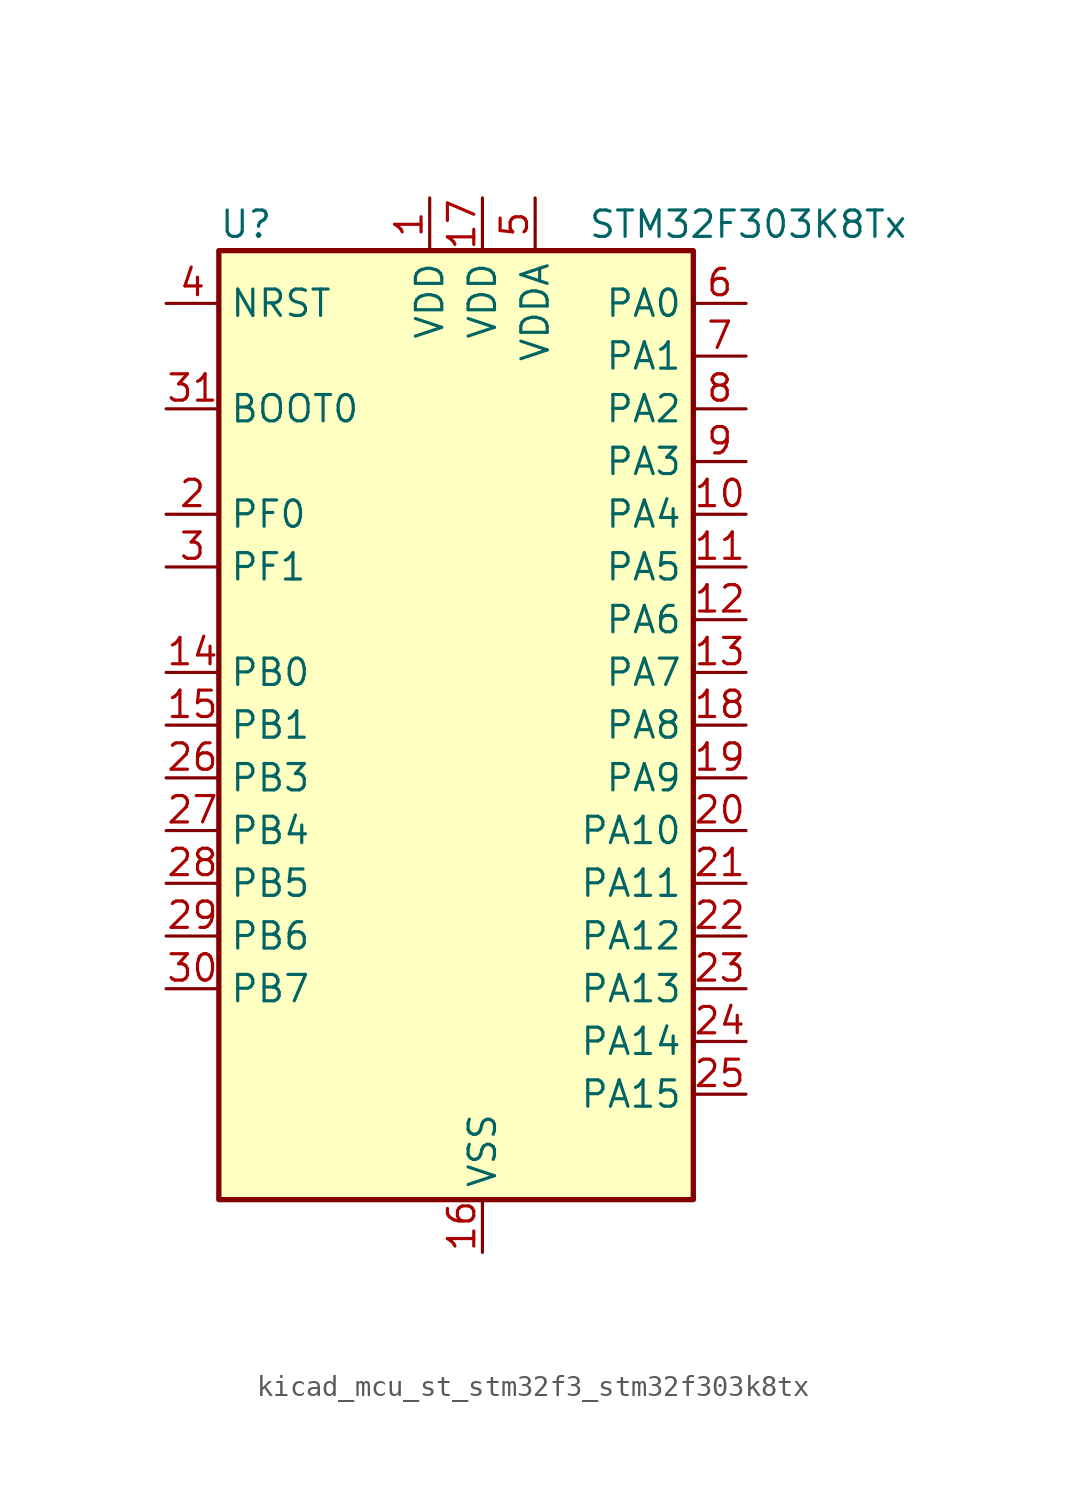
<source format=kicad_sym>
(kicad_symbol_lib
  (version 20220914)
  (generator kicad_symbol_editor)
  (symbol "kicad_mcu_st_stm32f3_stm32f303k8tx"
    (property "Reference" "U"
      (at -10.16 24.13 0)
      (effects (font (size 1.27 1.27)) (justify left)))
    (property "Value" "STM32F303K8Tx"
      (at 7.62 24.13 0)
      (effects (font (size 1.27 1.27)) (justify left)))
    (property "ki_locked" ""
      (at 0 0 0)
      (effects (font (size 1.27 1.27))))
    (symbol "kicad_mcu_st_stm32f3_stm32f303k8tx_0_1"
      (rectangle (start -10.16 -22.86) (end 12.7 22.86) (stroke (width 0.254) (type default)) (fill (type background))))
    (symbol "kicad_mcu_st_stm32f3_stm32f303k8tx_1_1"
      (pin power_in line (at 0 25.4 270) (length 2.54) (name "VDD" (effects (font (size 1.27 1.27)))) (number "1" (effects (font (size 1.27 1.27)))))
      (pin bidirectional line (at 15.24 10.16 180) (length 2.54) (name "PA4" (effects (font (size 1.27 1.27)))) (number "10" (effects (font (size 1.27 1.27)))) (alternate "ADC2_IN1" bidirectional line) (alternate "COMP2_INM" bidirectional line) (alternate "COMP4_INM" bidirectional line) (alternate "DAC1_OUT1" bidirectional line) (alternate "SPI1_NSS" bidirectional line) (alternate "TIM3_CH2" bidirectional line) (alternate "TSC_G2_IO1" bidirectional line) (alternate "USART2_CK" bidirectional line))
      (pin bidirectional line (at 15.24 7.62 180) (length 2.54) (name "PA5" (effects (font (size 1.27 1.27)))) (number "11" (effects (font (size 1.27 1.27)))) (alternate "ADC2_IN2" bidirectional line) (alternate "DAC1_OUT2" bidirectional line) (alternate "OPAMP2_VINM" bidirectional line) (alternate "OPAMP2_VINM_SEC" bidirectional line) (alternate "SPI1_SCK" bidirectional line) (alternate "TIM2_CH1" bidirectional line) (alternate "TIM2_ETR" bidirectional line) (alternate "TSC_G2_IO2" bidirectional line))
      (pin bidirectional line (at 15.24 5.08 180) (length 2.54) (name "PA6" (effects (font (size 1.27 1.27)))) (number "12" (effects (font (size 1.27 1.27)))) (alternate "ADC2_IN3" bidirectional line) (alternate "DAC2_OUT1" bidirectional line) (alternate "OPAMP2_VOUT" bidirectional line) (alternate "SPI1_MISO" bidirectional line) (alternate "TIM16_CH1" bidirectional line) (alternate "TIM1_BKIN" bidirectional line) (alternate "TIM3_CH1" bidirectional line) (alternate "TSC_G2_IO3" bidirectional line))
      (pin bidirectional line (at 15.24 2.54 180) (length 2.54) (name "PA7" (effects (font (size 1.27 1.27)))) (number "13" (effects (font (size 1.27 1.27)))) (alternate "ADC2_IN4" bidirectional line) (alternate "COMP2_INP" bidirectional line) (alternate "OPAMP2_VINP" bidirectional line) (alternate "OPAMP2_VINP_SEC" bidirectional line) (alternate "SPI1_MOSI" bidirectional line) (alternate "TIM17_CH1" bidirectional line) (alternate "TIM1_CH1N" bidirectional line) (alternate "TIM3_CH2" bidirectional line) (alternate "TSC_G2_IO4" bidirectional line))
      (pin bidirectional line (at -12.7 2.54 0) (length 2.54) (name "PB0" (effects (font (size 1.27 1.27)))) (number "14" (effects (font (size 1.27 1.27)))) (alternate "ADC1_IN11" bidirectional line) (alternate "COMP4_INP" bidirectional line) (alternate "OPAMP2_VINP" bidirectional line) (alternate "OPAMP2_VINP_SEC" bidirectional line) (alternate "TIM1_CH2N" bidirectional line) (alternate "TIM3_CH3" bidirectional line) (alternate "TSC_G3_IO2" bidirectional line))
      (pin bidirectional line (at -12.7 0 0) (length 2.54) (name "PB1" (effects (font (size 1.27 1.27)))) (number "15" (effects (font (size 1.27 1.27)))) (alternate "ADC1_IN12" bidirectional line) (alternate "COMP4_OUT" bidirectional line) (alternate "TIM1_CH3N" bidirectional line) (alternate "TIM3_CH4" bidirectional line) (alternate "TSC_G3_IO3" bidirectional line))
      (pin power_in line (at 2.54 -25.4 90) (length 2.54) (name "VSS" (effects (font (size 1.27 1.27)))) (number "16" (effects (font (size 1.27 1.27)))))
      (pin power_in line (at 2.54 25.4 270) (length 2.54) (name "VDD" (effects (font (size 1.27 1.27)))) (number "17" (effects (font (size 1.27 1.27)))))
      (pin bidirectional line (at 15.24 0 180) (length 2.54) (name "PA8" (effects (font (size 1.27 1.27)))) (number "18" (effects (font (size 1.27 1.27)))) (alternate "RCC_MCO" bidirectional line) (alternate "TIM1_CH1" bidirectional line) (alternate "USART1_CK" bidirectional line))
      (pin bidirectional line (at 15.24 -2.54 180) (length 2.54) (name "PA9" (effects (font (size 1.27 1.27)))) (number "19" (effects (font (size 1.27 1.27)))) (alternate "DAC1_EXTI9" bidirectional line) (alternate "DAC2_EXTI9" bidirectional line) (alternate "TIM15_BKIN" bidirectional line) (alternate "TIM1_CH2" bidirectional line) (alternate "TIM2_CH3" bidirectional line) (alternate "TSC_G4_IO1" bidirectional line) (alternate "USART1_TX" bidirectional line))
      (pin bidirectional line (at -12.7 10.16 0) (length 2.54) (name "PF0" (effects (font (size 1.27 1.27)))) (number "2" (effects (font (size 1.27 1.27)))) (alternate "RCC_OSC_IN" bidirectional line) (alternate "TIM1_CH3N" bidirectional line))
      (pin bidirectional line (at 15.24 -5.08 180) (length 2.54) (name "PA10" (effects (font (size 1.27 1.27)))) (number "20" (effects (font (size 1.27 1.27)))) (alternate "TIM17_BKIN" bidirectional line) (alternate "TIM1_CH3" bidirectional line) (alternate "TIM2_CH4" bidirectional line) (alternate "TSC_G4_IO2" bidirectional line) (alternate "USART1_RX" bidirectional line))
      (pin bidirectional line (at 15.24 -7.62 180) (length 2.54) (name "PA11" (effects (font (size 1.27 1.27)))) (number "21" (effects (font (size 1.27 1.27)))) (alternate "CAN_RX" bidirectional line) (alternate "TIM1_BKIN2" bidirectional line) (alternate "TIM1_CH1N" bidirectional line) (alternate "TIM1_CH4" bidirectional line) (alternate "USART1_CTS" bidirectional line))
      (pin bidirectional line (at 15.24 -10.16 180) (length 2.54) (name "PA12" (effects (font (size 1.27 1.27)))) (number "22" (effects (font (size 1.27 1.27)))) (alternate "CAN_TX" bidirectional line) (alternate "COMP2_OUT" bidirectional line) (alternate "TIM16_CH1" bidirectional line) (alternate "TIM1_CH2N" bidirectional line) (alternate "TIM1_ETR" bidirectional line) (alternate "USART1_DE" bidirectional line) (alternate "USART1_RTS" bidirectional line))
      (pin bidirectional line (at 15.24 -12.7 180) (length 2.54) (name "PA13" (effects (font (size 1.27 1.27)))) (number "23" (effects (font (size 1.27 1.27)))) (alternate "IR_OUT" bidirectional line) (alternate "SYS_JTMS-SWDIO" bidirectional line) (alternate "TIM16_CH1N" bidirectional line) (alternate "TSC_G4_IO3" bidirectional line))
      (pin bidirectional line (at 15.24 -15.24 180) (length 2.54) (name "PA14" (effects (font (size 1.27 1.27)))) (number "24" (effects (font (size 1.27 1.27)))) (alternate "I2C1_SDA" bidirectional line) (alternate "SYS_JTCK-SWCLK" bidirectional line) (alternate "TIM1_BKIN" bidirectional line) (alternate "TSC_G4_IO4" bidirectional line) (alternate "USART2_TX" bidirectional line))
      (pin bidirectional line (at 15.24 -17.78 180) (length 2.54) (name "PA15" (effects (font (size 1.27 1.27)))) (number "25" (effects (font (size 1.27 1.27)))) (alternate "I2C1_SCL" bidirectional line) (alternate "SPI1_NSS" bidirectional line) (alternate "SYS_JTDI" bidirectional line) (alternate "TIM1_BKIN" bidirectional line) (alternate "TIM2_CH1" bidirectional line) (alternate "TIM2_ETR" bidirectional line) (alternate "TSC_SYNC" bidirectional line) (alternate "USART2_RX" bidirectional line))
      (pin bidirectional line (at -12.7 -2.54 0) (length 2.54) (name "PB3" (effects (font (size 1.27 1.27)))) (number "26" (effects (font (size 1.27 1.27)))) (alternate "SPI1_SCK" bidirectional line) (alternate "SYS_JTDO-TRACESWO" bidirectional line) (alternate "TIM2_CH2" bidirectional line) (alternate "TIM3_ETR" bidirectional line) (alternate "TSC_G5_IO1" bidirectional line) (alternate "USART2_TX" bidirectional line))
      (pin bidirectional line (at -12.7 -5.08 0) (length 2.54) (name "PB4" (effects (font (size 1.27 1.27)))) (number "27" (effects (font (size 1.27 1.27)))) (alternate "SPI1_MISO" bidirectional line) (alternate "SYS_NJTRST" bidirectional line) (alternate "TIM16_CH1" bidirectional line) (alternate "TIM17_BKIN" bidirectional line) (alternate "TIM3_CH1" bidirectional line) (alternate "TSC_G5_IO2" bidirectional line) (alternate "USART2_RX" bidirectional line))
      (pin bidirectional line (at -12.7 -7.62 0) (length 2.54) (name "PB5" (effects (font (size 1.27 1.27)))) (number "28" (effects (font (size 1.27 1.27)))) (alternate "I2C1_SMBA" bidirectional line) (alternate "SPI1_MOSI" bidirectional line) (alternate "TIM16_BKIN" bidirectional line) (alternate "TIM17_CH1" bidirectional line) (alternate "TIM3_CH2" bidirectional line) (alternate "USART2_CK" bidirectional line))
      (pin bidirectional line (at -12.7 -10.16 0) (length 2.54) (name "PB6" (effects (font (size 1.27 1.27)))) (number "29" (effects (font (size 1.27 1.27)))) (alternate "I2C1_SCL" bidirectional line) (alternate "TIM16_CH1N" bidirectional line) (alternate "TSC_G5_IO3" bidirectional line) (alternate "USART1_TX" bidirectional line))
      (pin bidirectional line (at -12.7 7.62 0) (length 2.54) (name "PF1" (effects (font (size 1.27 1.27)))) (number "3" (effects (font (size 1.27 1.27)))) (alternate "RCC_OSC_OUT" bidirectional line))
      (pin bidirectional line (at -12.7 -12.7 0) (length 2.54) (name "PB7" (effects (font (size 1.27 1.27)))) (number "30" (effects (font (size 1.27 1.27)))) (alternate "I2C1_SDA" bidirectional line) (alternate "TIM17_CH1N" bidirectional line) (alternate "TIM3_CH4" bidirectional line) (alternate "TSC_G5_IO4" bidirectional line) (alternate "USART1_RX" bidirectional line))
      (pin input line (at -12.7 15.24 0) (length 2.54) (name "BOOT0" (effects (font (size 1.27 1.27)))) (number "31" (effects (font (size 1.27 1.27)))))
      (pin passive line (at 2.54 -25.4 90) (length 2.54) hide (name "VSS" (effects (font (size 1.27 1.27)))) (number "32" (effects (font (size 1.27 1.27)))))
      (pin input line (at -12.7 20.32 0) (length 2.54) (name "NRST" (effects (font (size 1.27 1.27)))) (number "4" (effects (font (size 1.27 1.27)))))
      (pin power_in line (at 5.08 25.4 270) (length 2.54) (name "VDDA" (effects (font (size 1.27 1.27)))) (number "5" (effects (font (size 1.27 1.27)))))
      (pin bidirectional line (at 15.24 20.32 180) (length 2.54) (name "PA0" (effects (font (size 1.27 1.27)))) (number "6" (effects (font (size 1.27 1.27)))) (alternate "ADC1_IN1" bidirectional line) (alternate "RTC_TAMP2" bidirectional line) (alternate "SYS_WKUP1" bidirectional line) (alternate "TIM2_CH1" bidirectional line) (alternate "TIM2_ETR" bidirectional line) (alternate "TSC_G1_IO1" bidirectional line) (alternate "USART2_CTS" bidirectional line))
      (pin bidirectional line (at 15.24 17.78 180) (length 2.54) (name "PA1" (effects (font (size 1.27 1.27)))) (number "7" (effects (font (size 1.27 1.27)))) (alternate "ADC1_IN2" bidirectional line) (alternate "RTC_REFIN" bidirectional line) (alternate "TIM15_CH1N" bidirectional line) (alternate "TIM2_CH2" bidirectional line) (alternate "TSC_G1_IO2" bidirectional line) (alternate "USART2_DE" bidirectional line) (alternate "USART2_RTS" bidirectional line))
      (pin bidirectional line (at 15.24 15.24 180) (length 2.54) (name "PA2" (effects (font (size 1.27 1.27)))) (number "8" (effects (font (size 1.27 1.27)))) (alternate "ADC1_IN3" bidirectional line) (alternate "COMP2_INM" bidirectional line) (alternate "COMP2_OUT" bidirectional line) (alternate "TIM15_CH1" bidirectional line) (alternate "TIM2_CH3" bidirectional line) (alternate "TSC_G1_IO3" bidirectional line) (alternate "USART2_TX" bidirectional line))
      (pin bidirectional line (at 15.24 12.7 180) (length 2.54) (name "PA3" (effects (font (size 1.27 1.27)))) (number "9" (effects (font (size 1.27 1.27)))) (alternate "ADC1_IN4" bidirectional line) (alternate "TIM15_CH2" bidirectional line) (alternate "TIM2_CH4" bidirectional line) (alternate "TSC_G1_IO4" bidirectional line) (alternate "USART2_RX" bidirectional line)))))
</source>
